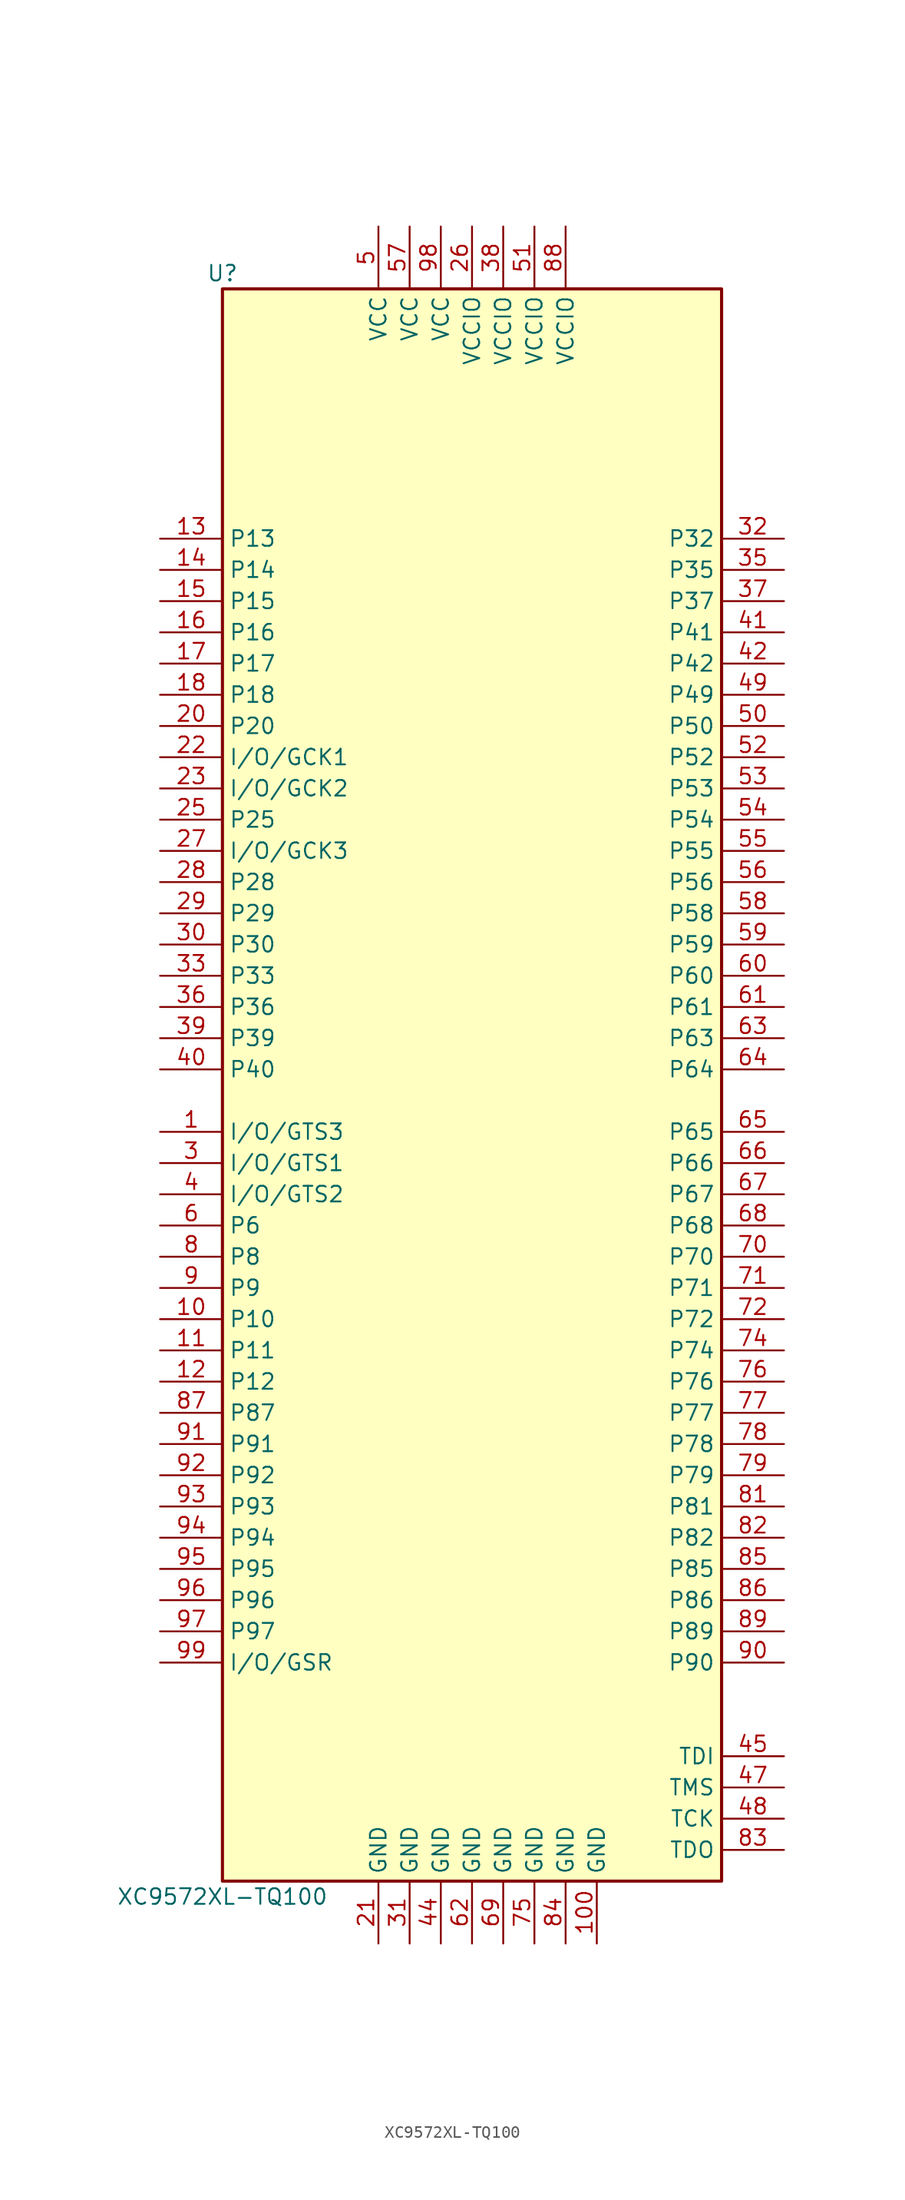
<source format=kicad_sym>
(kicad_symbol_lib
  (version 20201005)
  (generator kicad_symbol_editor)
  (symbol "XC9572XL-TQ100"
    (property "Reference" "U"
      (at -20.32 64.77 0)
      (effects (font (size 1.27 1.27))))
    (property "Value" "XC9572XL-TQ100"
      (at -20.32 -67.31 0)
      (effects (font (size 1.27 1.27))))
    (symbol "XC9572XL-TQ100_1_1"
      (rectangle (start -20.32 63.5) (end 20.32 -66.04) (stroke (width 0.254)) (fill (type background)))
      (pin bidirectional line (at -25.4 -5.08 0) (length 5.08) (name "I/O/GTS3" (effects (font (size 1.27 1.27)))) (number "1" (effects (font (size 1.27 1.27)))))
      (pin bidirectional line (at -25.4 -20.32 0) (length 5.08) (name "P10" (effects (font (size 1.27 1.27)))) (number "10" (effects (font (size 1.27 1.27)))))
      (pin power_in line (at 10.16 -71.12 90) (length 5.08) (name "GND" (effects (font (size 1.27 1.27)))) (number "100" (effects (font (size 1.27 1.27)))))
      (pin bidirectional line (at -25.4 -22.86 0) (length 5.08) (name "P11" (effects (font (size 1.27 1.27)))) (number "11" (effects (font (size 1.27 1.27)))))
      (pin bidirectional line (at -25.4 -25.4 0) (length 5.08) (name "P12" (effects (font (size 1.27 1.27)))) (number "12" (effects (font (size 1.27 1.27)))))
      (pin bidirectional line (at -25.4 43.18 0) (length 5.08) (name "P13" (effects (font (size 1.27 1.27)))) (number "13" (effects (font (size 1.27 1.27)))))
      (pin bidirectional line (at -25.4 40.64 0) (length 5.08) (name "P14" (effects (font (size 1.27 1.27)))) (number "14" (effects (font (size 1.27 1.27)))))
      (pin bidirectional line (at -25.4 38.1 0) (length 5.08) (name "P15" (effects (font (size 1.27 1.27)))) (number "15" (effects (font (size 1.27 1.27)))))
      (pin bidirectional line (at -25.4 35.56 0) (length 5.08) (name "P16" (effects (font (size 1.27 1.27)))) (number "16" (effects (font (size 1.27 1.27)))))
      (pin bidirectional line (at -25.4 33.02 0) (length 5.08) (name "P17" (effects (font (size 1.27 1.27)))) (number "17" (effects (font (size 1.27 1.27)))))
      (pin bidirectional line (at -25.4 30.48 0) (length 5.08) (name "P18" (effects (font (size 1.27 1.27)))) (number "18" (effects (font (size 1.27 1.27)))))
      (pin no_connect line (at -20.32 55.88 0) (length 0) hide (name "NC" (effects (font (size 1.27 1.27)))) (number "19" (effects (font (size 1.27 1.27)))))
      (pin no_connect line (at -20.32 60.96 0) (length 0) hide (name "NC" (effects (font (size 1.27 1.27)))) (number "2" (effects (font (size 1.27 1.27)))))
      (pin bidirectional line (at -25.4 27.94 0) (length 5.08) (name "P20" (effects (font (size 1.27 1.27)))) (number "20" (effects (font (size 1.27 1.27)))))
      (pin power_in line (at -7.62 -71.12 90) (length 5.08) (name "GND" (effects (font (size 1.27 1.27)))) (number "21" (effects (font (size 1.27 1.27)))))
      (pin bidirectional line (at -25.4 25.4 0) (length 5.08) (name "I/O/GCK1" (effects (font (size 1.27 1.27)))) (number "22" (effects (font (size 1.27 1.27)))))
      (pin bidirectional line (at -25.4 22.86 0) (length 5.08) (name "I/O/GCK2" (effects (font (size 1.27 1.27)))) (number "23" (effects (font (size 1.27 1.27)))))
      (pin no_connect line (at -20.32 53.34 0) (length 0) hide (name "NC" (effects (font (size 1.27 1.27)))) (number "24" (effects (font (size 1.27 1.27)))))
      (pin bidirectional line (at -25.4 20.32 0) (length 5.08) (name "P25" (effects (font (size 1.27 1.27)))) (number "25" (effects (font (size 1.27 1.27)))))
      (pin power_in line (at 0 68.58 270) (length 5.08) (name "VCCIO" (effects (font (size 1.27 1.27)))) (number "26" (effects (font (size 1.27 1.27)))))
      (pin bidirectional line (at -25.4 17.78 0) (length 5.08) (name "I/O/GCK3" (effects (font (size 1.27 1.27)))) (number "27" (effects (font (size 1.27 1.27)))))
      (pin bidirectional line (at -25.4 15.24 0) (length 5.08) (name "P28" (effects (font (size 1.27 1.27)))) (number "28" (effects (font (size 1.27 1.27)))))
      (pin bidirectional line (at -25.4 12.7 0) (length 5.08) (name "P29" (effects (font (size 1.27 1.27)))) (number "29" (effects (font (size 1.27 1.27)))))
      (pin bidirectional line (at -25.4 -7.62 0) (length 5.08) (name "I/O/GTS1" (effects (font (size 1.27 1.27)))) (number "3" (effects (font (size 1.27 1.27)))))
      (pin bidirectional line (at -25.4 10.16 0) (length 5.08) (name "P30" (effects (font (size 1.27 1.27)))) (number "30" (effects (font (size 1.27 1.27)))))
      (pin power_in line (at -5.08 -71.12 90) (length 5.08) (name "GND" (effects (font (size 1.27 1.27)))) (number "31" (effects (font (size 1.27 1.27)))))
      (pin bidirectional line (at 25.4 43.18 180) (length 5.08) (name "P32" (effects (font (size 1.27 1.27)))) (number "32" (effects (font (size 1.27 1.27)))))
      (pin bidirectional line (at -25.4 7.62 0) (length 5.08) (name "P33" (effects (font (size 1.27 1.27)))) (number "33" (effects (font (size 1.27 1.27)))))
      (pin no_connect line (at -20.32 50.8 0) (length 0) hide (name "NC" (effects (font (size 1.27 1.27)))) (number "34" (effects (font (size 1.27 1.27)))))
      (pin bidirectional line (at 25.4 40.64 180) (length 5.08) (name "P35" (effects (font (size 1.27 1.27)))) (number "35" (effects (font (size 1.27 1.27)))))
      (pin bidirectional line (at -25.4 5.08 0) (length 5.08) (name "P36" (effects (font (size 1.27 1.27)))) (number "36" (effects (font (size 1.27 1.27)))))
      (pin bidirectional line (at 25.4 38.1 180) (length 5.08) (name "P37" (effects (font (size 1.27 1.27)))) (number "37" (effects (font (size 1.27 1.27)))))
      (pin power_in line (at 2.54 68.58 270) (length 5.08) (name "VCCIO" (effects (font (size 1.27 1.27)))) (number "38" (effects (font (size 1.27 1.27)))))
      (pin bidirectional line (at -25.4 2.54 0) (length 5.08) (name "P39" (effects (font (size 1.27 1.27)))) (number "39" (effects (font (size 1.27 1.27)))))
      (pin bidirectional line (at -25.4 -10.16 0) (length 5.08) (name "I/O/GTS2" (effects (font (size 1.27 1.27)))) (number "4" (effects (font (size 1.27 1.27)))))
      (pin bidirectional line (at -25.4 0 0) (length 5.08) (name "P40" (effects (font (size 1.27 1.27)))) (number "40" (effects (font (size 1.27 1.27)))))
      (pin bidirectional line (at 25.4 35.56 180) (length 5.08) (name "P41" (effects (font (size 1.27 1.27)))) (number "41" (effects (font (size 1.27 1.27)))))
      (pin bidirectional line (at 25.4 33.02 180) (length 5.08) (name "P42" (effects (font (size 1.27 1.27)))) (number "42" (effects (font (size 1.27 1.27)))))
      (pin no_connect line (at -20.32 48.26 0) (length 0) hide (name "NC" (effects (font (size 1.27 1.27)))) (number "43" (effects (font (size 1.27 1.27)))))
      (pin power_in line (at -2.54 -71.12 90) (length 5.08) (name "GND" (effects (font (size 1.27 1.27)))) (number "44" (effects (font (size 1.27 1.27)))))
      (pin input line (at 25.4 -55.88 180) (length 5.08) (name "TDI" (effects (font (size 1.27 1.27)))) (number "45" (effects (font (size 1.27 1.27)))))
      (pin no_connect line (at 20.32 60.96 180) (length 0) hide (name "NC" (effects (font (size 1.27 1.27)))) (number "46" (effects (font (size 1.27 1.27)))))
      (pin input line (at 25.4 -58.42 180) (length 5.08) (name "TMS" (effects (font (size 1.27 1.27)))) (number "47" (effects (font (size 1.27 1.27)))))
      (pin input line (at 25.4 -60.96 180) (length 5.08) (name "TCK" (effects (font (size 1.27 1.27)))) (number "48" (effects (font (size 1.27 1.27)))))
      (pin bidirectional line (at 25.4 30.48 180) (length 5.08) (name "P49" (effects (font (size 1.27 1.27)))) (number "49" (effects (font (size 1.27 1.27)))))
      (pin power_in line (at -7.62 68.58 270) (length 5.08) (name "VCC" (effects (font (size 1.27 1.27)))) (number "5" (effects (font (size 1.27 1.27)))))
      (pin bidirectional line (at 25.4 27.94 180) (length 5.08) (name "P50" (effects (font (size 1.27 1.27)))) (number "50" (effects (font (size 1.27 1.27)))))
      (pin power_in line (at 5.08 68.58 270) (length 5.08) (name "VCCIO" (effects (font (size 1.27 1.27)))) (number "51" (effects (font (size 1.27 1.27)))))
      (pin bidirectional line (at 25.4 25.4 180) (length 5.08) (name "P52" (effects (font (size 1.27 1.27)))) (number "52" (effects (font (size 1.27 1.27)))))
      (pin bidirectional line (at 25.4 22.86 180) (length 5.08) (name "P53" (effects (font (size 1.27 1.27)))) (number "53" (effects (font (size 1.27 1.27)))))
      (pin bidirectional line (at 25.4 20.32 180) (length 5.08) (name "P54" (effects (font (size 1.27 1.27)))) (number "54" (effects (font (size 1.27 1.27)))))
      (pin bidirectional line (at 25.4 17.78 180) (length 5.08) (name "P55" (effects (font (size 1.27 1.27)))) (number "55" (effects (font (size 1.27 1.27)))))
      (pin bidirectional line (at 25.4 15.24 180) (length 5.08) (name "P56" (effects (font (size 1.27 1.27)))) (number "56" (effects (font (size 1.27 1.27)))))
      (pin power_in line (at -5.08 68.58 270) (length 5.08) (name "VCC" (effects (font (size 1.27 1.27)))) (number "57" (effects (font (size 1.27 1.27)))))
      (pin bidirectional line (at 25.4 12.7 180) (length 5.08) (name "P58" (effects (font (size 1.27 1.27)))) (number "58" (effects (font (size 1.27 1.27)))))
      (pin bidirectional line (at 25.4 10.16 180) (length 5.08) (name "P59" (effects (font (size 1.27 1.27)))) (number "59" (effects (font (size 1.27 1.27)))))
      (pin bidirectional line (at -25.4 -12.7 0) (length 5.08) (name "P6" (effects (font (size 1.27 1.27)))) (number "6" (effects (font (size 1.27 1.27)))))
      (pin bidirectional line (at 25.4 7.62 180) (length 5.08) (name "P60" (effects (font (size 1.27 1.27)))) (number "60" (effects (font (size 1.27 1.27)))))
      (pin bidirectional line (at 25.4 5.08 180) (length 5.08) (name "P61" (effects (font (size 1.27 1.27)))) (number "61" (effects (font (size 1.27 1.27)))))
      (pin power_in line (at 0 -71.12 90) (length 5.08) (name "GND" (effects (font (size 1.27 1.27)))) (number "62" (effects (font (size 1.27 1.27)))))
      (pin bidirectional line (at 25.4 2.54 180) (length 5.08) (name "P63" (effects (font (size 1.27 1.27)))) (number "63" (effects (font (size 1.27 1.27)))))
      (pin bidirectional line (at 25.4 0 180) (length 5.08) (name "P64" (effects (font (size 1.27 1.27)))) (number "64" (effects (font (size 1.27 1.27)))))
      (pin bidirectional line (at 25.4 -5.08 180) (length 5.08) (name "P65" (effects (font (size 1.27 1.27)))) (number "65" (effects (font (size 1.27 1.27)))))
      (pin bidirectional line (at 25.4 -7.62 180) (length 5.08) (name "P66" (effects (font (size 1.27 1.27)))) (number "66" (effects (font (size 1.27 1.27)))))
      (pin bidirectional line (at 25.4 -10.16 180) (length 5.08) (name "P67" (effects (font (size 1.27 1.27)))) (number "67" (effects (font (size 1.27 1.27)))))
      (pin bidirectional line (at 25.4 -12.7 180) (length 5.08) (name "P68" (effects (font (size 1.27 1.27)))) (number "68" (effects (font (size 1.27 1.27)))))
      (pin power_in line (at 2.54 -71.12 90) (length 5.08) (name "GND" (effects (font (size 1.27 1.27)))) (number "69" (effects (font (size 1.27 1.27)))))
      (pin no_connect line (at -20.32 58.42 0) (length 0) hide (name "NC" (effects (font (size 1.27 1.27)))) (number "7" (effects (font (size 1.27 1.27)))))
      (pin bidirectional line (at 25.4 -15.24 180) (length 5.08) (name "P70" (effects (font (size 1.27 1.27)))) (number "70" (effects (font (size 1.27 1.27)))))
      (pin bidirectional line (at 25.4 -17.78 180) (length 5.08) (name "P71" (effects (font (size 1.27 1.27)))) (number "71" (effects (font (size 1.27 1.27)))))
      (pin bidirectional line (at 25.4 -20.32 180) (length 5.08) (name "P72" (effects (font (size 1.27 1.27)))) (number "72" (effects (font (size 1.27 1.27)))))
      (pin no_connect line (at 20.32 58.42 180) (length 0) hide (name "NC" (effects (font (size 1.27 1.27)))) (number "73" (effects (font (size 1.27 1.27)))))
      (pin bidirectional line (at 25.4 -22.86 180) (length 5.08) (name "P74" (effects (font (size 1.27 1.27)))) (number "74" (effects (font (size 1.27 1.27)))))
      (pin power_in line (at 5.08 -71.12 90) (length 5.08) (name "GND" (effects (font (size 1.27 1.27)))) (number "75" (effects (font (size 1.27 1.27)))))
      (pin bidirectional line (at 25.4 -25.4 180) (length 5.08) (name "P76" (effects (font (size 1.27 1.27)))) (number "76" (effects (font (size 1.27 1.27)))))
      (pin bidirectional line (at 25.4 -27.94 180) (length 5.08) (name "P77" (effects (font (size 1.27 1.27)))) (number "77" (effects (font (size 1.27 1.27)))))
      (pin bidirectional line (at 25.4 -30.48 180) (length 5.08) (name "P78" (effects (font (size 1.27 1.27)))) (number "78" (effects (font (size 1.27 1.27)))))
      (pin bidirectional line (at 25.4 -33.02 180) (length 5.08) (name "P79" (effects (font (size 1.27 1.27)))) (number "79" (effects (font (size 1.27 1.27)))))
      (pin bidirectional line (at -25.4 -15.24 0) (length 5.08) (name "P8" (effects (font (size 1.27 1.27)))) (number "8" (effects (font (size 1.27 1.27)))))
      (pin no_connect line (at 20.32 55.88 180) (length 0) hide (name "NC" (effects (font (size 1.27 1.27)))) (number "80" (effects (font (size 1.27 1.27)))))
      (pin bidirectional line (at 25.4 -35.56 180) (length 5.08) (name "P81" (effects (font (size 1.27 1.27)))) (number "81" (effects (font (size 1.27 1.27)))))
      (pin bidirectional line (at 25.4 -38.1 180) (length 5.08) (name "P82" (effects (font (size 1.27 1.27)))) (number "82" (effects (font (size 1.27 1.27)))))
      (pin output line (at 25.4 -63.5 180) (length 5.08) (name "TDO" (effects (font (size 1.27 1.27)))) (number "83" (effects (font (size 1.27 1.27)))))
      (pin power_in line (at 7.62 -71.12 90) (length 5.08) (name "GND" (effects (font (size 1.27 1.27)))) (number "84" (effects (font (size 1.27 1.27)))))
      (pin bidirectional line (at 25.4 -40.64 180) (length 5.08) (name "P85" (effects (font (size 1.27 1.27)))) (number "85" (effects (font (size 1.27 1.27)))))
      (pin bidirectional line (at 25.4 -43.18 180) (length 5.08) (name "P86" (effects (font (size 1.27 1.27)))) (number "86" (effects (font (size 1.27 1.27)))))
      (pin bidirectional line (at -25.4 -27.94 0) (length 5.08) (name "P87" (effects (font (size 1.27 1.27)))) (number "87" (effects (font (size 1.27 1.27)))))
      (pin power_in line (at 7.62 68.58 270) (length 5.08) (name "VCCIO" (effects (font (size 1.27 1.27)))) (number "88" (effects (font (size 1.27 1.27)))))
      (pin bidirectional line (at 25.4 -45.72 180) (length 5.08) (name "P89" (effects (font (size 1.27 1.27)))) (number "89" (effects (font (size 1.27 1.27)))))
      (pin bidirectional line (at -25.4 -17.78 0) (length 5.08) (name "P9" (effects (font (size 1.27 1.27)))) (number "9" (effects (font (size 1.27 1.27)))))
      (pin bidirectional line (at 25.4 -48.26 180) (length 5.08) (name "P90" (effects (font (size 1.27 1.27)))) (number "90" (effects (font (size 1.27 1.27)))))
      (pin bidirectional line (at -25.4 -30.48 0) (length 5.08) (name "P91" (effects (font (size 1.27 1.27)))) (number "91" (effects (font (size 1.27 1.27)))))
      (pin bidirectional line (at -25.4 -33.02 0) (length 5.08) (name "P92" (effects (font (size 1.27 1.27)))) (number "92" (effects (font (size 1.27 1.27)))))
      (pin bidirectional line (at -25.4 -35.56 0) (length 5.08) (name "P93" (effects (font (size 1.27 1.27)))) (number "93" (effects (font (size 1.27 1.27)))))
      (pin bidirectional line (at -25.4 -38.1 0) (length 5.08) (name "P94" (effects (font (size 1.27 1.27)))) (number "94" (effects (font (size 1.27 1.27)))))
      (pin bidirectional line (at -25.4 -40.64 0) (length 5.08) (name "P95" (effects (font (size 1.27 1.27)))) (number "95" (effects (font (size 1.27 1.27)))))
      (pin bidirectional line (at -25.4 -43.18 0) (length 5.08) (name "P96" (effects (font (size 1.27 1.27)))) (number "96" (effects (font (size 1.27 1.27)))))
      (pin bidirectional line (at -25.4 -45.72 0) (length 5.08) (name "P97" (effects (font (size 1.27 1.27)))) (number "97" (effects (font (size 1.27 1.27)))))
      (pin power_in line (at -2.54 68.58 270) (length 5.08) (name "VCC" (effects (font (size 1.27 1.27)))) (number "98" (effects (font (size 1.27 1.27)))))
      (pin bidirectional line (at -25.4 -48.26 0) (length 5.08) (name "I/O/GSR" (effects (font (size 1.27 1.27)))) (number "99" (effects (font (size 1.27 1.27))))))))
</source>
